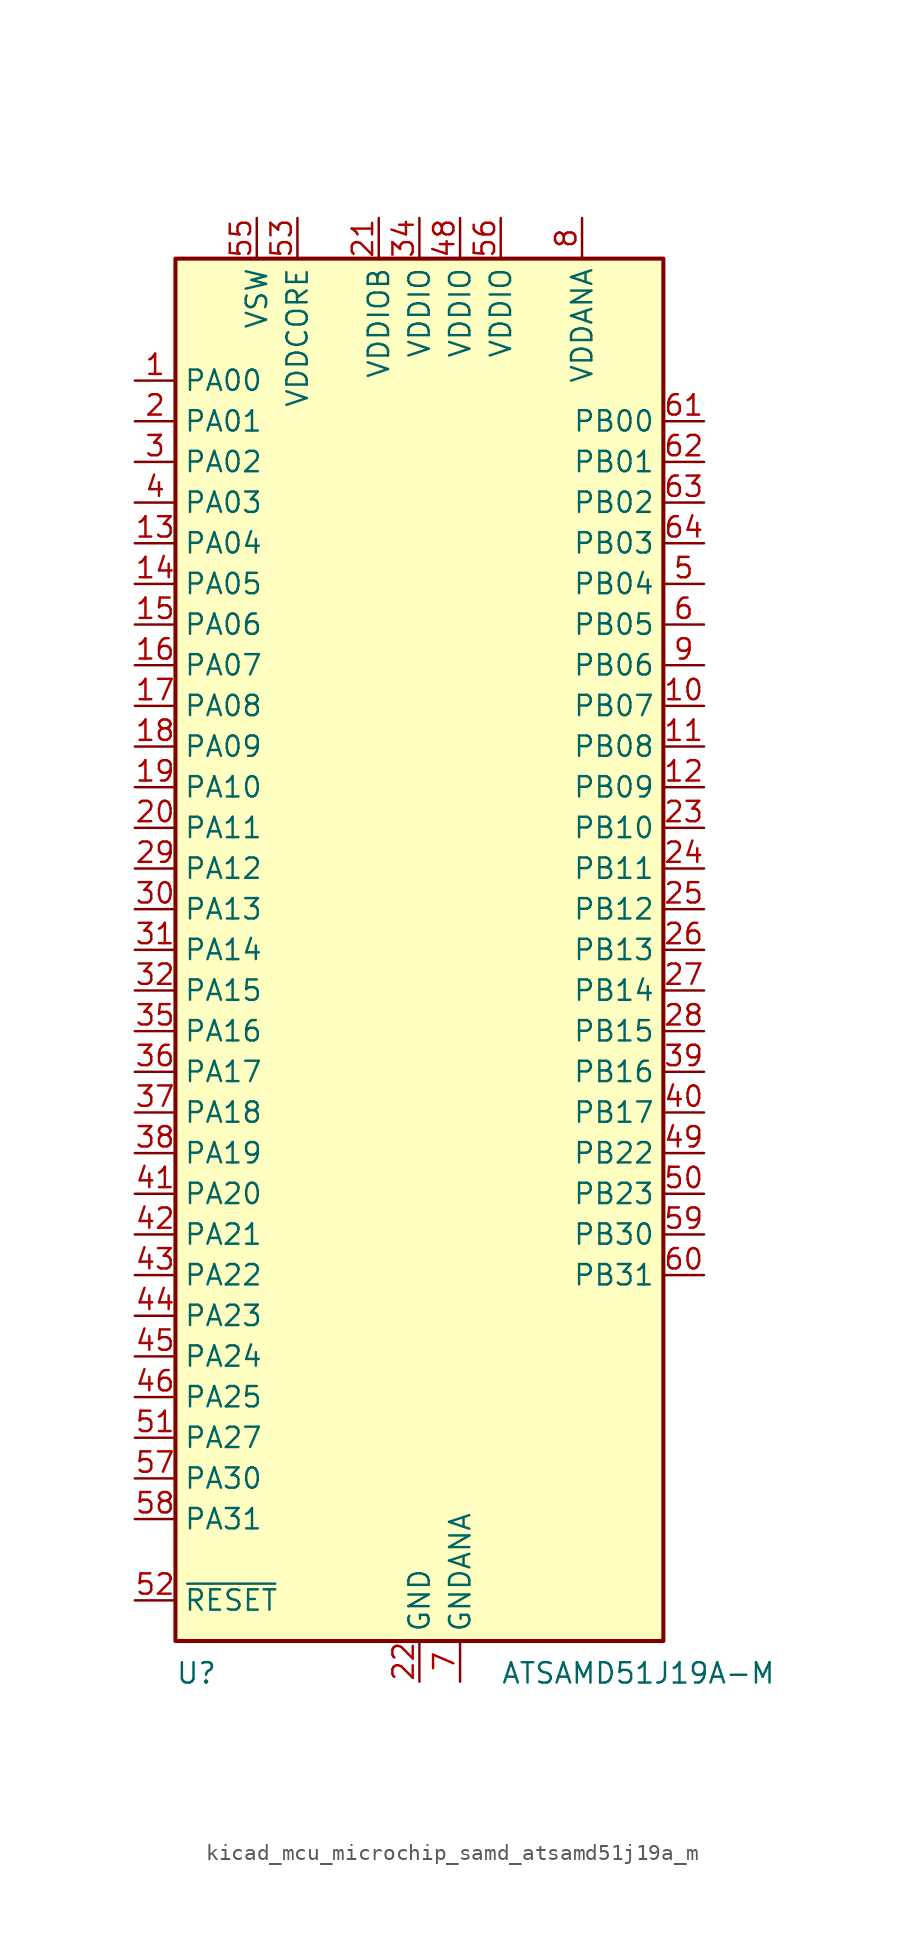
<source format=kicad_sym>
(kicad_symbol_lib
  (version 20220914)
  (generator kicad_symbol_editor)
  (symbol "kicad_mcu_microchip_samd_atsamd51j19a_m"
    (property "Reference" "U"
      (at -15.24 -44.45 0)
      (effects (font (size 1.27 1.27)) (justify left top)))
    (property "Value" "ATSAMD51J19A-M"
      (at 5.08 -44.45 0)
      (effects (font (size 1.27 1.27)) (justify left top)))
    (symbol "kicad_mcu_microchip_samd_atsamd51j19a_m_0_1"
      (rectangle (start -15.24 43.18) (end 15.24 -43.18) (stroke (width 0.254) (type default)) (fill (type background))))
    (symbol "kicad_mcu_microchip_samd_atsamd51j19a_m_1_0"
      (pin bidirectional line (at 17.78 25.4 180) (length 2.54) (name "PB03" (effects (font (size 1.27 1.27)))) (number "64" (effects (font (size 1.27 1.27))))))
    (symbol "kicad_mcu_microchip_samd_atsamd51j19a_m_1_1"
      (pin bidirectional line (at -17.78 35.56 0) (length 2.54) (name "PA00" (effects (font (size 1.27 1.27)))) (number "1" (effects (font (size 1.27 1.27)))))
      (pin bidirectional line (at 17.78 15.24 180) (length 2.54) (name "PB07" (effects (font (size 1.27 1.27)))) (number "10" (effects (font (size 1.27 1.27)))))
      (pin bidirectional line (at 17.78 12.7 180) (length 2.54) (name "PB08" (effects (font (size 1.27 1.27)))) (number "11" (effects (font (size 1.27 1.27)))))
      (pin bidirectional line (at 17.78 10.16 180) (length 2.54) (name "PB09" (effects (font (size 1.27 1.27)))) (number "12" (effects (font (size 1.27 1.27)))))
      (pin bidirectional line (at -17.78 25.4 0) (length 2.54) (name "PA04" (effects (font (size 1.27 1.27)))) (number "13" (effects (font (size 1.27 1.27)))))
      (pin bidirectional line (at -17.78 22.86 0) (length 2.54) (name "PA05" (effects (font (size 1.27 1.27)))) (number "14" (effects (font (size 1.27 1.27)))))
      (pin bidirectional line (at -17.78 20.32 0) (length 2.54) (name "PA06" (effects (font (size 1.27 1.27)))) (number "15" (effects (font (size 1.27 1.27)))))
      (pin bidirectional line (at -17.78 17.78 0) (length 2.54) (name "PA07" (effects (font (size 1.27 1.27)))) (number "16" (effects (font (size 1.27 1.27)))))
      (pin bidirectional line (at -17.78 15.24 0) (length 2.54) (name "PA08" (effects (font (size 1.27 1.27)))) (number "17" (effects (font (size 1.27 1.27)))))
      (pin bidirectional line (at -17.78 12.7 0) (length 2.54) (name "PA09" (effects (font (size 1.27 1.27)))) (number "18" (effects (font (size 1.27 1.27)))))
      (pin bidirectional line (at -17.78 10.16 0) (length 2.54) (name "PA10" (effects (font (size 1.27 1.27)))) (number "19" (effects (font (size 1.27 1.27)))))
      (pin bidirectional line (at -17.78 33.02 0) (length 2.54) (name "PA01" (effects (font (size 1.27 1.27)))) (number "2" (effects (font (size 1.27 1.27)))))
      (pin bidirectional line (at -17.78 7.62 0) (length 2.54) (name "PA11" (effects (font (size 1.27 1.27)))) (number "20" (effects (font (size 1.27 1.27)))))
      (pin power_in line (at -2.54 45.72 270) (length 2.54) (name "VDDIOB" (effects (font (size 1.27 1.27)))) (number "21" (effects (font (size 1.27 1.27)))))
      (pin power_in line (at 0 -45.72 90) (length 2.54) (name "GND" (effects (font (size 1.27 1.27)))) (number "22" (effects (font (size 1.27 1.27)))))
      (pin bidirectional line (at 17.78 7.62 180) (length 2.54) (name "PB10" (effects (font (size 1.27 1.27)))) (number "23" (effects (font (size 1.27 1.27)))))
      (pin bidirectional line (at 17.78 5.08 180) (length 2.54) (name "PB11" (effects (font (size 1.27 1.27)))) (number "24" (effects (font (size 1.27 1.27)))))
      (pin bidirectional line (at 17.78 2.54 180) (length 2.54) (name "PB12" (effects (font (size 1.27 1.27)))) (number "25" (effects (font (size 1.27 1.27)))))
      (pin bidirectional line (at 17.78 0 180) (length 2.54) (name "PB13" (effects (font (size 1.27 1.27)))) (number "26" (effects (font (size 1.27 1.27)))))
      (pin bidirectional line (at 17.78 -2.54 180) (length 2.54) (name "PB14" (effects (font (size 1.27 1.27)))) (number "27" (effects (font (size 1.27 1.27)))))
      (pin bidirectional line (at 17.78 -5.08 180) (length 2.54) (name "PB15" (effects (font (size 1.27 1.27)))) (number "28" (effects (font (size 1.27 1.27)))))
      (pin bidirectional line (at -17.78 5.08 0) (length 2.54) (name "PA12" (effects (font (size 1.27 1.27)))) (number "29" (effects (font (size 1.27 1.27)))))
      (pin bidirectional line (at -17.78 30.48 0) (length 2.54) (name "PA02" (effects (font (size 1.27 1.27)))) (number "3" (effects (font (size 1.27 1.27)))))
      (pin bidirectional line (at -17.78 2.54 0) (length 2.54) (name "PA13" (effects (font (size 1.27 1.27)))) (number "30" (effects (font (size 1.27 1.27)))))
      (pin bidirectional line (at -17.78 0 0) (length 2.54) (name "PA14" (effects (font (size 1.27 1.27)))) (number "31" (effects (font (size 1.27 1.27)))))
      (pin bidirectional line (at -17.78 -2.54 0) (length 2.54) (name "PA15" (effects (font (size 1.27 1.27)))) (number "32" (effects (font (size 1.27 1.27)))))
      (pin passive line (at 0 -45.72 90) (length 2.54) hide (name "GND" (effects (font (size 1.27 1.27)))) (number "33" (effects (font (size 1.27 1.27)))))
      (pin power_in line (at 0 45.72 270) (length 2.54) (name "VDDIO" (effects (font (size 1.27 1.27)))) (number "34" (effects (font (size 1.27 1.27)))))
      (pin bidirectional line (at -17.78 -5.08 0) (length 2.54) (name "PA16" (effects (font (size 1.27 1.27)))) (number "35" (effects (font (size 1.27 1.27)))))
      (pin bidirectional line (at -17.78 -7.62 0) (length 2.54) (name "PA17" (effects (font (size 1.27 1.27)))) (number "36" (effects (font (size 1.27 1.27)))))
      (pin bidirectional line (at -17.78 -10.16 0) (length 2.54) (name "PA18" (effects (font (size 1.27 1.27)))) (number "37" (effects (font (size 1.27 1.27)))))
      (pin bidirectional line (at -17.78 -12.7 0) (length 2.54) (name "PA19" (effects (font (size 1.27 1.27)))) (number "38" (effects (font (size 1.27 1.27)))))
      (pin bidirectional line (at 17.78 -7.62 180) (length 2.54) (name "PB16" (effects (font (size 1.27 1.27)))) (number "39" (effects (font (size 1.27 1.27)))))
      (pin bidirectional line (at -17.78 27.94 0) (length 2.54) (name "PA03" (effects (font (size 1.27 1.27)))) (number "4" (effects (font (size 1.27 1.27)))))
      (pin bidirectional line (at 17.78 -10.16 180) (length 2.54) (name "PB17" (effects (font (size 1.27 1.27)))) (number "40" (effects (font (size 1.27 1.27)))))
      (pin bidirectional line (at -17.78 -15.24 0) (length 2.54) (name "PA20" (effects (font (size 1.27 1.27)))) (number "41" (effects (font (size 1.27 1.27)))))
      (pin bidirectional line (at -17.78 -17.78 0) (length 2.54) (name "PA21" (effects (font (size 1.27 1.27)))) (number "42" (effects (font (size 1.27 1.27)))))
      (pin bidirectional line (at -17.78 -20.32 0) (length 2.54) (name "PA22" (effects (font (size 1.27 1.27)))) (number "43" (effects (font (size 1.27 1.27)))))
      (pin bidirectional line (at -17.78 -22.86 0) (length 2.54) (name "PA23" (effects (font (size 1.27 1.27)))) (number "44" (effects (font (size 1.27 1.27)))))
      (pin bidirectional line (at -17.78 -25.4 0) (length 2.54) (name "PA24" (effects (font (size 1.27 1.27)))) (number "45" (effects (font (size 1.27 1.27)))))
      (pin bidirectional line (at -17.78 -27.94 0) (length 2.54) (name "PA25" (effects (font (size 1.27 1.27)))) (number "46" (effects (font (size 1.27 1.27)))))
      (pin passive line (at 0 -45.72 90) (length 2.54) hide (name "GND" (effects (font (size 1.27 1.27)))) (number "47" (effects (font (size 1.27 1.27)))))
      (pin power_in line (at 2.54 45.72 270) (length 2.54) (name "VDDIO" (effects (font (size 1.27 1.27)))) (number "48" (effects (font (size 1.27 1.27)))))
      (pin bidirectional line (at 17.78 -12.7 180) (length 2.54) (name "PB22" (effects (font (size 1.27 1.27)))) (number "49" (effects (font (size 1.27 1.27)))))
      (pin bidirectional line (at 17.78 22.86 180) (length 2.54) (name "PB04" (effects (font (size 1.27 1.27)))) (number "5" (effects (font (size 1.27 1.27)))))
      (pin bidirectional line (at 17.78 -15.24 180) (length 2.54) (name "PB23" (effects (font (size 1.27 1.27)))) (number "50" (effects (font (size 1.27 1.27)))))
      (pin bidirectional line (at -17.78 -30.48 0) (length 2.54) (name "PA27" (effects (font (size 1.27 1.27)))) (number "51" (effects (font (size 1.27 1.27)))))
      (pin input line (at -17.78 -40.64 0) (length 2.54) (name "~{RESET}" (effects (font (size 1.27 1.27)))) (number "52" (effects (font (size 1.27 1.27)))))
      (pin power_out line (at -7.62 45.72 270) (length 2.54) (name "VDDCORE" (effects (font (size 1.27 1.27)))) (number "53" (effects (font (size 1.27 1.27)))))
      (pin passive line (at 0 -45.72 90) (length 2.54) hide (name "GND" (effects (font (size 1.27 1.27)))) (number "54" (effects (font (size 1.27 1.27)))))
      (pin power_in line (at -10.16 45.72 270) (length 2.54) (name "VSW" (effects (font (size 1.27 1.27)))) (number "55" (effects (font (size 1.27 1.27)))))
      (pin power_in line (at 5.08 45.72 270) (length 2.54) (name "VDDIO" (effects (font (size 1.27 1.27)))) (number "56" (effects (font (size 1.27 1.27)))))
      (pin bidirectional line (at -17.78 -33.02 0) (length 2.54) (name "PA30" (effects (font (size 1.27 1.27)))) (number "57" (effects (font (size 1.27 1.27)))))
      (pin bidirectional line (at -17.78 -35.56 0) (length 2.54) (name "PA31" (effects (font (size 1.27 1.27)))) (number "58" (effects (font (size 1.27 1.27)))))
      (pin bidirectional line (at 17.78 -17.78 180) (length 2.54) (name "PB30" (effects (font (size 1.27 1.27)))) (number "59" (effects (font (size 1.27 1.27)))))
      (pin bidirectional line (at 17.78 20.32 180) (length 2.54) (name "PB05" (effects (font (size 1.27 1.27)))) (number "6" (effects (font (size 1.27 1.27)))))
      (pin bidirectional line (at 17.78 -20.32 180) (length 2.54) (name "PB31" (effects (font (size 1.27 1.27)))) (number "60" (effects (font (size 1.27 1.27)))))
      (pin bidirectional line (at 17.78 33.02 180) (length 2.54) (name "PB00" (effects (font (size 1.27 1.27)))) (number "61" (effects (font (size 1.27 1.27)))))
      (pin bidirectional line (at 17.78 30.48 180) (length 2.54) (name "PB01" (effects (font (size 1.27 1.27)))) (number "62" (effects (font (size 1.27 1.27)))))
      (pin bidirectional line (at 17.78 27.94 180) (length 2.54) (name "PB02" (effects (font (size 1.27 1.27)))) (number "63" (effects (font (size 1.27 1.27)))))
      (pin passive line (at 0 -45.72 90) (length 2.54) hide (name "GND" (effects (font (size 1.27 1.27)))) (number "65" (effects (font (size 1.27 1.27)))))
      (pin power_in line (at 2.54 -45.72 90) (length 2.54) (name "GNDANA" (effects (font (size 1.27 1.27)))) (number "7" (effects (font (size 1.27 1.27)))))
      (pin power_in line (at 10.16 45.72 270) (length 2.54) (name "VDDANA" (effects (font (size 1.27 1.27)))) (number "8" (effects (font (size 1.27 1.27)))))
      (pin bidirectional line (at 17.78 17.78 180) (length 2.54) (name "PB06" (effects (font (size 1.27 1.27)))) (number "9" (effects (font (size 1.27 1.27))))))))
</source>
